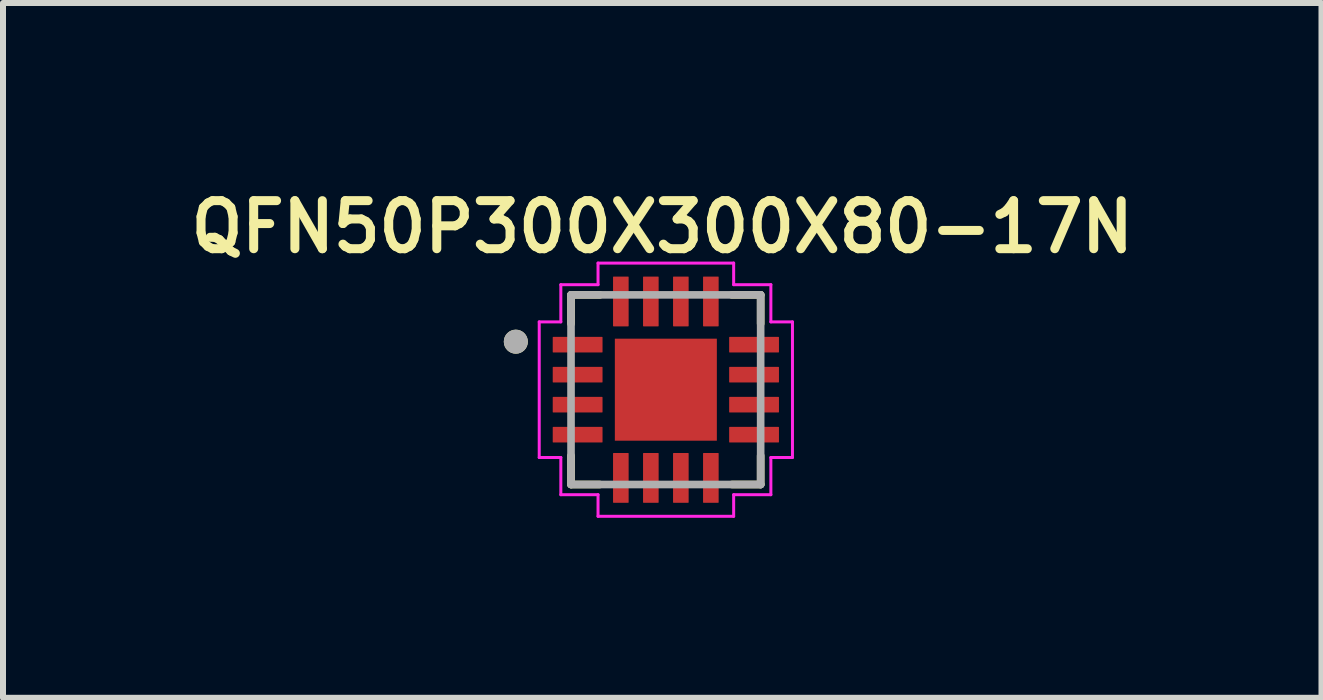
<source format=kicad_pcb>
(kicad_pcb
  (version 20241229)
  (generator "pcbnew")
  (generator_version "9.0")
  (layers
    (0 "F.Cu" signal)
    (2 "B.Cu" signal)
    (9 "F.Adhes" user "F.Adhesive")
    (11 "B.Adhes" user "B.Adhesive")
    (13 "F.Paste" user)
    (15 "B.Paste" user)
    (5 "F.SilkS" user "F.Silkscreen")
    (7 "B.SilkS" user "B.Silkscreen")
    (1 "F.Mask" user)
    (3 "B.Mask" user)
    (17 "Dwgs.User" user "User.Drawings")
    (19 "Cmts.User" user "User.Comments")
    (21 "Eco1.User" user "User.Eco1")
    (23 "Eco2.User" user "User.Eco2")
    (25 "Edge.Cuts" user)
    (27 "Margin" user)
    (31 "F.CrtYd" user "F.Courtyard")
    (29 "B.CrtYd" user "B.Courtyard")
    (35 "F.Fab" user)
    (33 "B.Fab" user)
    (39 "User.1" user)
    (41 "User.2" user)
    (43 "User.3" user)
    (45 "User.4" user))
  (footprint "QFN50P300X300X80-17N"
    (layer "F.Cu")
    (at 8.046 3.444)
    (property "Reference" "QFN50P300X300X80-17N" (at -0.06 -2.712 0) (layer "F.SilkS") (effects (font (size 0.801 0.801) (thickness 0.15))))
    (attr smd)
    (fp_line (start -1.58 -1.58) (end -1.1 -1.58) (stroke (width 0.127) (type solid)) (layer "F.SilkS"))
    (fp_line (start -1.58 -1.1) (end -1.58 -1.58) (stroke (width 0.127) (type solid)) (layer "F.SilkS"))
    (fp_line (start -1.58 1.1) (end -1.58 1.58) (stroke (width 0.127) (type solid)) (layer "F.SilkS"))
    (fp_line (start -1.58 1.58) (end -1.1 1.58) (stroke (width 0.127) (type solid)) (layer "F.SilkS"))
    (fp_line (start 1.1 -1.58) (end 1.58 -1.58) (stroke (width 0.127) (type solid)) (layer "F.SilkS"))
    (fp_line (start 1.1 1.58) (end 1.58 1.58) (stroke (width 0.127) (type solid)) (layer "F.SilkS"))
    (fp_line (start 1.58 -1.58) (end 1.58 -1.1) (stroke (width 0.127) (type solid)) (layer "F.SilkS"))
    (fp_line (start 1.58 1.58) (end 1.58 1.1) (stroke (width 0.127) (type solid)) (layer "F.SilkS"))
    (fp_circle (center -2.5 -0.8) (end -2.4 -0.8) (stroke (width 0.2) (type solid)) (fill no) (layer "F.SilkS"))
    (fp_poly (pts (xy -0.685 -0.685) (xy -0.085 -0.685) (xy -0.085 -0.085) (xy -0.685 -0.085)) (stroke (width 0.01) (type solid)) (fill yes) (layer "F.Paste"))
    (fp_poly (pts (xy -0.085 0.685) (xy -0.685 0.685) (xy -0.685 0.085) (xy -0.085 0.085)) (stroke (width 0.01) (type solid)) (fill yes) (layer "F.Paste"))
    (fp_poly (pts (xy 0.085 -0.685) (xy 0.685 -0.685) (xy 0.685 -0.085) (xy 0.085 -0.085)) (stroke (width 0.01) (type solid)) (fill yes) (layer "F.Paste"))
    (fp_poly (pts (xy 0.685 0.686) (xy 0.085 0.686) (xy 0.085 0.085) (xy 0.685 0.085)) (stroke (width 0.01) (type solid)) (fill yes) (layer "F.Paste"))
    (fp_line (start -2.11 -1.13) (end -1.75 -1.13) (stroke (width 0.05) (type solid)) (layer "F.CrtYd"))
    (fp_line (start -2.11 1.13) (end -2.11 -1.13) (stroke (width 0.05) (type solid)) (layer "F.CrtYd"))
    (fp_line (start -1.75 -1.75) (end -1.13 -1.75) (stroke (width 0.05) (type solid)) (layer "F.CrtYd"))
    (fp_line (start -1.75 -1.13) (end -1.75 -1.75) (stroke (width 0.05) (type solid)) (layer "F.CrtYd"))
    (fp_line (start -1.75 1.13) (end -2.11 1.13) (stroke (width 0.05) (type solid)) (layer "F.CrtYd"))
    (fp_line (start -1.75 1.75) (end -1.75 1.13) (stroke (width 0.05) (type solid)) (layer "F.CrtYd"))
    (fp_line (start -1.13 -2.11) (end 1.13 -2.11) (stroke (width 0.05) (type solid)) (layer "F.CrtYd"))
    (fp_line (start -1.13 -1.75) (end -1.13 -2.11) (stroke (width 0.05) (type solid)) (layer "F.CrtYd"))
    (fp_line (start -1.13 1.75) (end -1.75 1.75) (stroke (width 0.05) (type solid)) (layer "F.CrtYd"))
    (fp_line (start -1.13 2.11) (end -1.13 1.75) (stroke (width 0.05) (type solid)) (layer "F.CrtYd"))
    (fp_line (start 1.13 -2.11) (end 1.13 -1.75) (stroke (width 0.05) (type solid)) (layer "F.CrtYd"))
    (fp_line (start 1.13 -1.75) (end 1.75 -1.75) (stroke (width 0.05) (type solid)) (layer "F.CrtYd"))
    (fp_line (start 1.13 1.75) (end 1.13 2.11) (stroke (width 0.05) (type solid)) (layer "F.CrtYd"))
    (fp_line (start 1.13 2.11) (end -1.13 2.11) (stroke (width 0.05) (type solid)) (layer "F.CrtYd"))
    (fp_line (start 1.75 -1.75) (end 1.75 -1.13) (stroke (width 0.05) (type solid)) (layer "F.CrtYd"))
    (fp_line (start 1.75 -1.13) (end 2.11 -1.13) (stroke (width 0.05) (type solid)) (layer "F.CrtYd"))
    (fp_line (start 1.75 1.13) (end 1.75 1.75) (stroke (width 0.05) (type solid)) (layer "F.CrtYd"))
    (fp_line (start 1.75 1.75) (end 1.13 1.75) (stroke (width 0.05) (type solid)) (layer "F.CrtYd"))
    (fp_line (start 2.11 -1.13) (end 2.11 1.13) (stroke (width 0.05) (type solid)) (layer "F.CrtYd"))
    (fp_line (start 2.11 1.13) (end 1.75 1.13) (stroke (width 0.05) (type solid)) (layer "F.CrtYd"))
    (fp_line (start -1.58 -1.58) (end 1.58 -1.58) (stroke (width 0.127) (type solid)) (layer "F.Fab"))
    (fp_line (start -1.58 1.58) (end -1.58 -1.58) (stroke (width 0.127) (type solid)) (layer "F.Fab"))
    (fp_line (start 1.58 -1.58) (end 1.58 1.58) (stroke (width 0.127) (type solid)) (layer "F.Fab"))
    (fp_line (start 1.58 1.58) (end -1.58 1.58) (stroke (width 0.127) (type solid)) (layer "F.Fab"))
    (fp_circle (center -2.5 -0.8) (end -2.4 -0.8) (stroke (width 0.2) (type solid)) (fill no) (layer "F.Fab"))
    (pad "1" smd roundrect (at -1.47 -0.75) (size 0.83 0.26) (layers "F.Cu" "F.Mask" "F.Paste") (roundrect_rratio 0.035))
    (pad "2" smd roundrect (at -1.47 -0.25) (size 0.83 0.26) (layers "F.Cu" "F.Mask" "F.Paste") (roundrect_rratio 0.035))
    (pad "3" smd roundrect (at -1.47 0.25) (size 0.83 0.26) (layers "F.Cu" "F.Mask" "F.Paste") (roundrect_rratio 0.035))
    (pad "4" smd roundrect (at -1.47 0.75) (size 0.83 0.26) (layers "F.Cu" "F.Mask" "F.Paste") (roundrect_rratio 0.035))
    (pad "5" smd roundrect (at -0.75 1.47) (size 0.26 0.83) (layers "F.Cu" "F.Mask" "F.Paste") (roundrect_rratio 0.035))
    (pad "6" smd roundrect (at -0.25 1.47) (size 0.26 0.83) (layers "F.Cu" "F.Mask" "F.Paste") (roundrect_rratio 0.035))
    (pad "7" smd roundrect (at 0.25 1.47) (size 0.26 0.83) (layers "F.Cu" "F.Mask" "F.Paste") (roundrect_rratio 0.035))
    (pad "8" smd roundrect (at 0.75 1.47) (size 0.26 0.83) (layers "F.Cu" "F.Mask" "F.Paste") (roundrect_rratio 0.035))
    (pad "9" smd roundrect (at 1.47 0.75) (size 0.83 0.26) (layers "F.Cu" "F.Mask" "F.Paste") (roundrect_rratio 0.035))
    (pad "10" smd roundrect (at 1.47 0.25) (size 0.83 0.26) (layers "F.Cu" "F.Mask" "F.Paste") (roundrect_rratio 0.035))
    (pad "11" smd roundrect (at 1.47 -0.25) (size 0.83 0.26) (layers "F.Cu" "F.Mask" "F.Paste") (roundrect_rratio 0.035))
    (pad "12" smd roundrect (at 1.47 -0.75) (size 0.83 0.26) (layers "F.Cu" "F.Mask" "F.Paste") (roundrect_rratio 0.035))
    (pad "13" smd roundrect (at 0.75 -1.47) (size 0.26 0.83) (layers "F.Cu" "F.Mask" "F.Paste") (roundrect_rratio 0.035))
    (pad "14" smd roundrect (at 0.25 -1.47) (size 0.26 0.83) (layers "F.Cu" "F.Mask" "F.Paste") (roundrect_rratio 0.035))
    (pad "15" smd roundrect (at -0.25 -1.47) (size 0.26 0.83) (layers "F.Cu" "F.Mask" "F.Paste") (roundrect_rratio 0.035))
    (pad "16" smd roundrect (at -0.75 -1.47) (size 0.26 0.83) (layers "F.Cu" "F.Mask" "F.Paste") (roundrect_rratio 0.035))
    (pad "17" smd rect (at 0 0) (size 1.7 1.7) (layers "F.Cu" "F.Mask")))
  (gr_rect
    (start -3 -3)
    (end 18.972 8.579)
    (stroke (width 0.1) (type default))
    (fill no)
    (layer "Edge.Cuts")))
</source>
